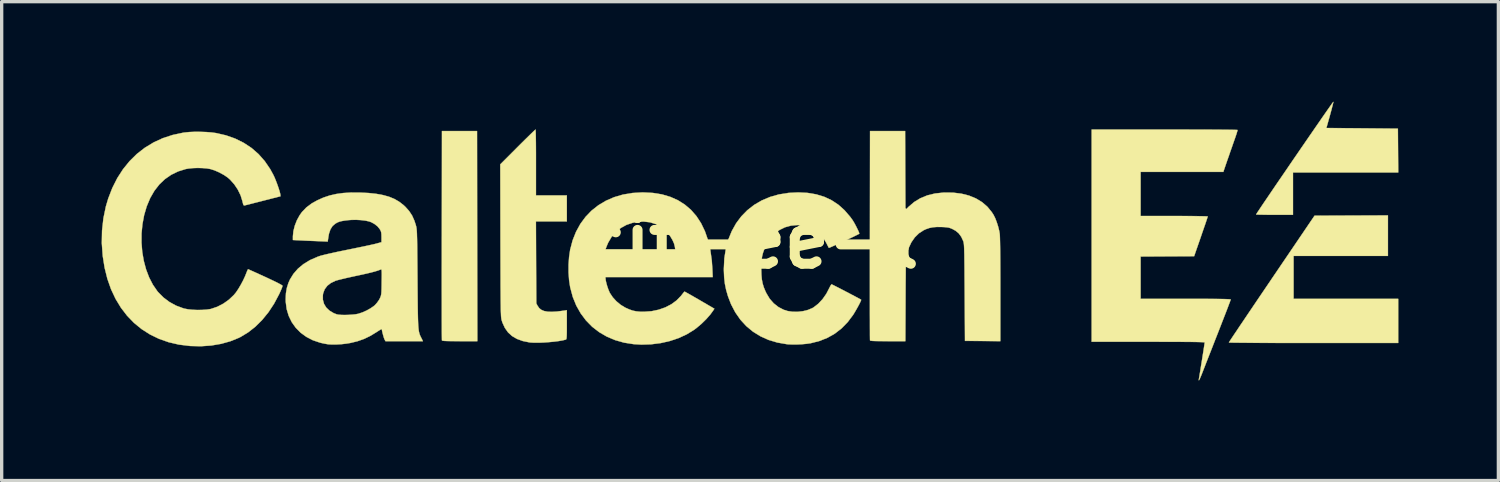
<source format=kicad_pcb>
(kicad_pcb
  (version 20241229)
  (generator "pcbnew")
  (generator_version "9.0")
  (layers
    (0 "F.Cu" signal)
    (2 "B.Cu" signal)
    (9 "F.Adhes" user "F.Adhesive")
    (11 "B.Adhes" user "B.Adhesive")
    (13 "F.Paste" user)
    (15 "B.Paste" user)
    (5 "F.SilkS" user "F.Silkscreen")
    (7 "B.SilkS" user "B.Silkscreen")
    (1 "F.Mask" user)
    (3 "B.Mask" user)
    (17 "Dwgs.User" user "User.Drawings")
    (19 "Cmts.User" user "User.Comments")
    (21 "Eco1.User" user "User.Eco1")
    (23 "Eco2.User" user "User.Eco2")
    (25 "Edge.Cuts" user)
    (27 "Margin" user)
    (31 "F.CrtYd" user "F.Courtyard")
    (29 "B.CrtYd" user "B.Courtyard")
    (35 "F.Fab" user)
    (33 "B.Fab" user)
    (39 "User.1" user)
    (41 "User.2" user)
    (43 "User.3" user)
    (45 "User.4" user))
  (footprint "cit-ee-l"
    (layer "F.Cu")
    (at 19.455 4.175)
    (property "Reference" "cit-ee-l" (at 0 0 0) (layer "F.SilkS") (effects (font (size 1.524 1.524) (thickness 0.3))))
    (attr through_hole)
    (fp_poly (pts (xy -8.187 -0.141) (xy -8.182 3.012) (xy -8.709 3.012) (xy -8.87 3.011) (xy -8.997 3.01) (xy -9.094 3.008) (xy -9.165 3.005) (xy -9.211 3) (xy -9.237 2.995) (xy -9.244 2.989) (xy -9.245 2.969) (xy -9.246 2.914) (xy -9.247 2.827) (xy -9.248 2.709) (xy -9.248 2.562) (xy -9.249 2.388) (xy -9.249 2.19) (xy -9.249 1.968) (xy -9.249 1.724) (xy -9.25 1.461) (xy -9.25 1.181) (xy -9.25 0.885) (xy -9.249 0.575) (xy -9.249 0.253) (xy -9.249 -0.08) (xy -9.248 -0.163) (xy -9.244 -3.293) (xy -8.191 -3.293) (xy -8.187 -0.141)) (stroke (width 0.01) (type solid)) (fill yes) (layer "F.SilkS"))
    (fp_poly (pts (xy 19.141 0.454) (xy 16.31 0.454) (xy 16.31 1.742) (xy 19.449 1.742) (xy 19.449 3.066) (xy 16.909 3.066) (xy 16.609 3.066) (xy 16.318 3.066) (xy 16.04 3.065) (xy 15.776 3.065) (xy 15.528 3.064) (xy 15.299 3.063) (xy 15.09 3.062) (xy 14.904 3.06) (xy 14.741 3.059) (xy 14.606 3.057) (xy 14.499 3.056) (xy 14.423 3.054) (xy 14.379 3.052) (xy 14.369 3.051) (xy 14.379 3.034) (xy 14.408 2.99) (xy 14.455 2.918) (xy 14.519 2.822) (xy 14.599 2.704) (xy 14.692 2.564) (xy 14.799 2.406) (xy 14.918 2.229) (xy 15.047 2.038) (xy 15.186 1.832) (xy 15.333 1.615) (xy 15.487 1.388) (xy 15.647 1.152) (xy 15.654 1.141) (xy 16.939 -0.753) (xy 19.141 -0.762) (xy 19.141 0.454)) (stroke (width 0.01) (type solid)) (fill yes) (layer "F.SilkS"))
    (fp_poly (pts (xy 17.503 -4.17) (xy 17.5 -4.146) (xy 17.488 -4.093) (xy 17.468 -4.015) (xy 17.443 -3.919) (xy 17.413 -3.81) (xy 17.401 -3.765) (xy 17.294 -3.384) (xy 18.367 -3.375) (xy 19.44 -3.365) (xy 19.445 -2.708) (xy 19.45 -2.05) (xy 16.292 -2.05) (xy 16.292 -0.78) (xy 15.739 -0.78) (xy 15.601 -0.78) (xy 15.476 -0.781) (xy 15.368 -0.783) (xy 15.281 -0.784) (xy 15.22 -0.787) (xy 15.189 -0.789) (xy 15.186 -0.79) (xy 15.196 -0.807) (xy 15.224 -0.852) (xy 15.271 -0.922) (xy 15.332 -1.014) (xy 15.408 -1.127) (xy 15.497 -1.258) (xy 15.597 -1.405) (xy 15.706 -1.566) (xy 15.823 -1.738) (xy 15.947 -1.919) (xy 16.075 -2.106) (xy 16.206 -2.298) (xy 16.339 -2.492) (xy 16.472 -2.686) (xy 16.604 -2.878) (xy 16.732 -3.064) (xy 16.856 -3.244) (xy 16.974 -3.415) (xy 17.084 -3.574) (xy 17.184 -3.719) (xy 17.274 -3.848) (xy 17.351 -3.958) (xy 17.414 -4.048) (xy 17.461 -4.115) (xy 17.492 -4.156) (xy 17.503 -4.17) (xy 17.503 -4.17)) (stroke (width 0.01) (type solid)) (fill yes) (layer "F.SilkS"))
    (fp_poly (pts (xy -6.434 -3.321) (xy -6.431 -3.27) (xy -6.429 -3.19) (xy -6.427 -3.083) (xy -6.425 -2.953) (xy -6.424 -2.804) (xy -6.423 -2.637) (xy -6.423 -2.458) (xy -6.423 -2.349) (xy -6.423 -1.361) (xy -5.497 -1.361) (xy -5.497 -0.581) (xy -6.424 -0.581) (xy -6.419 0.649) (xy -6.413 1.878) (xy -6.373 1.953) (xy -6.326 2.021) (xy -6.262 2.072) (xy -6.18 2.107) (xy -6.077 2.127) (xy -5.949 2.132) (xy -5.793 2.123) (xy -5.608 2.099) (xy -5.565 2.093) (xy -5.497 2.082) (xy -5.497 2.518) (xy -5.497 2.656) (xy -5.498 2.761) (xy -5.5 2.839) (xy -5.503 2.894) (xy -5.507 2.93) (xy -5.513 2.951) (xy -5.521 2.961) (xy -5.529 2.965) (xy -5.622 2.988) (xy -5.743 3.009) (xy -5.884 3.027) (xy -6.035 3.041) (xy -6.189 3.052) (xy -6.337 3.058) (xy -6.471 3.058) (xy -6.582 3.052) (xy -6.619 3.048) (xy -6.82 3.007) (xy -6.993 2.944) (xy -7.14 2.858) (xy -7.26 2.749) (xy -7.356 2.614) (xy -7.43 2.453) (xy -7.451 2.386) (xy -7.456 2.368) (xy -7.46 2.347) (xy -7.464 2.321) (xy -7.468 2.287) (xy -7.471 2.245) (xy -7.473 2.191) (xy -7.476 2.124) (xy -7.478 2.043) (xy -7.479 1.945) (xy -7.481 1.827) (xy -7.482 1.689) (xy -7.483 1.529) (xy -7.485 1.343) (xy -7.485 1.131) (xy -7.486 0.891) (xy -7.487 0.62) (xy -7.488 0.316) (xy -7.489 -0.008) (xy -7.494 -2.294) (xy -6.972 -2.816) (xy -6.859 -2.929) (xy -6.753 -3.034) (xy -6.658 -3.127) (xy -6.576 -3.207) (xy -6.511 -3.27) (xy -6.464 -3.314) (xy -6.44 -3.336) (xy -6.436 -3.338) (xy -6.434 -3.321)) (stroke (width 0.01) (type solid)) (fill yes) (layer "F.SilkS"))
    (fp_poly (pts (xy 4.658 -2.109) (xy 4.663 -0.925) (xy 4.761 -1.023) (xy 4.928 -1.165) (xy 5.115 -1.279) (xy 5.322 -1.363) (xy 5.551 -1.419) (xy 5.802 -1.446) (xy 5.829 -1.447) (xy 6.098 -1.444) (xy 6.346 -1.413) (xy 6.574 -1.355) (xy 6.78 -1.27) (xy 6.963 -1.159) (xy 7.122 -1.022) (xy 7.255 -0.859) (xy 7.311 -0.771) (xy 7.358 -0.676) (xy 7.403 -0.558) (xy 7.444 -0.43) (xy 7.476 -0.302) (xy 7.492 -0.212) (xy 7.496 -0.164) (xy 7.499 -0.08) (xy 7.502 0.038) (xy 7.505 0.189) (xy 7.507 0.374) (xy 7.509 0.59) (xy 7.51 0.838) (xy 7.511 1.115) (xy 7.511 1.422) (xy 7.511 1.471) (xy 7.511 3.012) (xy 6.98 3.007) (xy 6.45 3.003) (xy 6.441 1.551) (xy 6.439 1.286) (xy 6.437 1.056) (xy 6.436 0.856) (xy 6.434 0.685) (xy 6.432 0.541) (xy 6.431 0.42) (xy 6.428 0.321) (xy 6.426 0.241) (xy 6.423 0.177) (xy 6.42 0.127) (xy 6.416 0.088) (xy 6.411 0.058) (xy 6.406 0.035) (xy 6.401 0.016) (xy 6.398 0.009) (xy 6.338 -0.121) (xy 6.263 -0.223) (xy 6.168 -0.302) (xy 6.069 -0.356) (xy 6.014 -0.379) (xy 5.963 -0.395) (xy 5.903 -0.404) (xy 5.826 -0.411) (xy 5.751 -0.414) (xy 5.606 -0.415) (xy 5.486 -0.406) (xy 5.381 -0.384) (xy 5.28 -0.349) (xy 5.208 -0.316) (xy 5.068 -0.225) (xy 4.945 -0.104) (xy 4.841 0.045) (xy 4.758 0.222) (xy 4.713 0.357) (xy 4.705 0.385) (xy 4.698 0.413) (xy 4.693 0.443) (xy 4.688 0.478) (xy 4.684 0.522) (xy 4.68 0.576) (xy 4.677 0.643) (xy 4.675 0.727) (xy 4.673 0.83) (xy 4.672 0.954) (xy 4.671 1.104) (xy 4.669 1.281) (xy 4.668 1.489) (xy 4.667 1.729) (xy 4.667 1.755) (xy 4.661 3.012) (xy 4.135 3.012) (xy 3.975 3.011) (xy 3.847 3.01) (xy 3.75 3.008) (xy 3.68 3.005) (xy 3.634 3) (xy 3.608 2.995) (xy 3.601 2.989) (xy 3.6 2.969) (xy 3.599 2.914) (xy 3.598 2.827) (xy 3.598 2.709) (xy 3.597 2.562) (xy 3.597 2.388) (xy 3.596 2.19) (xy 3.596 1.968) (xy 3.596 1.724) (xy 3.596 1.461) (xy 3.596 1.181) (xy 3.596 0.885) (xy 3.596 0.575) (xy 3.596 0.253) (xy 3.597 -0.08) (xy 3.597 -0.163) (xy 3.601 -3.293) (xy 4.654 -3.293) (xy 4.658 -2.109)) (stroke (width 0.01) (type solid)) (fill yes) (layer "F.SilkS"))
    (fp_poly (pts (xy 12.714 -3.338) (xy 12.983 -3.338) (xy 13.239 -3.337) (xy 13.48 -3.337) (xy 13.705 -3.336) (xy 13.91 -3.335) (xy 14.094 -3.334) (xy 14.255 -3.332) (xy 14.39 -3.331) (xy 14.497 -3.329) (xy 14.573 -3.328) (xy 14.618 -3.326) (xy 14.628 -3.325) (xy 14.625 -3.304) (xy 14.611 -3.255) (xy 14.589 -3.184) (xy 14.56 -3.099) (xy 14.542 -3.048) (xy 14.505 -2.943) (xy 14.461 -2.816) (xy 14.412 -2.677) (xy 14.364 -2.537) (xy 14.325 -2.427) (xy 14.202 -2.068) (xy 11.72 -2.068) (xy 11.72 -0.744) (xy 12.727 -0.744) (xy 12.915 -0.744) (xy 13.091 -0.743) (xy 13.252 -0.742) (xy 13.396 -0.74) (xy 13.518 -0.738) (xy 13.616 -0.736) (xy 13.687 -0.734) (xy 13.726 -0.731) (xy 13.734 -0.73) (xy 13.728 -0.709) (xy 13.712 -0.659) (xy 13.688 -0.586) (xy 13.657 -0.494) (xy 13.62 -0.388) (xy 13.605 -0.344) (xy 13.561 -0.217) (xy 13.516 -0.085) (xy 13.472 0.042) (xy 13.433 0.154) (xy 13.402 0.242) (xy 13.401 0.245) (xy 13.326 0.463) (xy 12.523 0.467) (xy 11.72 0.472) (xy 11.72 1.742) (xy 13.072 1.742) (xy 13.344 1.742) (xy 13.582 1.742) (xy 13.786 1.743) (xy 13.959 1.744) (xy 14.102 1.746) (xy 14.217 1.748) (xy 14.304 1.751) (xy 14.367 1.754) (xy 14.406 1.757) (xy 14.423 1.761) (xy 14.424 1.762) (xy 14.417 1.783) (xy 14.399 1.833) (xy 14.369 1.912) (xy 14.33 2.015) (xy 14.282 2.141) (xy 14.226 2.284) (xy 14.164 2.444) (xy 14.097 2.616) (xy 14.032 2.783) (xy 13.958 2.97) (xy 13.887 3.153) (xy 13.819 3.327) (xy 13.755 3.488) (xy 13.698 3.634) (xy 13.649 3.76) (xy 13.609 3.862) (xy 13.58 3.937) (xy 13.566 3.973) (xy 13.527 4.07) (xy 13.497 4.139) (xy 13.476 4.179) (xy 13.466 4.188) (xy 13.466 4.164) (xy 13.469 4.146) (xy 13.475 4.111) (xy 13.486 4.048) (xy 13.5 3.962) (xy 13.517 3.858) (xy 13.535 3.743) (xy 13.555 3.622) (xy 13.574 3.499) (xy 13.593 3.381) (xy 13.61 3.273) (xy 13.624 3.18) (xy 13.635 3.108) (xy 13.642 3.062) (xy 13.643 3.048) (xy 13.627 3.045) (xy 13.577 3.042) (xy 13.493 3.039) (xy 13.375 3.036) (xy 13.223 3.034) (xy 13.037 3.033) (xy 12.815 3.031) (xy 12.558 3.031) (xy 12.265 3.03) (xy 11.947 3.03) (xy 10.251 3.03) (xy 10.251 -3.338) (xy 12.436 -3.338) (xy 12.714 -3.338)) (stroke (width 0.01) (type solid)) (fill yes) (layer "F.SilkS"))
    (fp_poly (pts (xy -2.916 -1.436) (xy -2.643 -1.392) (xy -2.392 -1.318) (xy -2.163 -1.216) (xy -1.956 -1.085) (xy -1.771 -0.927) (xy -1.608 -0.74) (xy -1.469 -0.527) (xy -1.353 -0.286) (xy -1.26 -0.018) (xy -1.191 0.275) (xy -1.147 0.595) (xy -1.131 0.83) (xy -1.119 1.089) (xy -4.336 1.089) (xy -4.336 1.131) (xy -4.329 1.192) (xy -4.31 1.275) (xy -4.283 1.369) (xy -4.251 1.461) (xy -4.217 1.542) (xy -4.205 1.566) (xy -4.121 1.693) (xy -4.011 1.814) (xy -3.882 1.921) (xy -3.745 2.005) (xy -3.737 2.008) (xy -3.621 2.06) (xy -3.517 2.096) (xy -3.413 2.117) (xy -3.297 2.128) (xy -3.175 2.129) (xy -2.953 2.113) (xy -2.74 2.068) (xy -2.541 1.998) (xy -2.36 1.904) (xy -2.202 1.788) (xy -2.07 1.652) (xy -2.043 1.617) (xy -2.006 1.569) (xy -1.977 1.535) (xy -1.964 1.524) (xy -1.946 1.533) (xy -1.901 1.558) (xy -1.833 1.596) (xy -1.745 1.646) (xy -1.643 1.705) (xy -1.529 1.77) (xy -1.511 1.781) (xy -1.07 2.038) (xy -1.1 2.085) (xy -1.195 2.216) (xy -1.316 2.353) (xy -1.454 2.488) (xy -1.6 2.612) (xy -1.678 2.671) (xy -1.898 2.806) (xy -2.142 2.919) (xy -2.405 3.007) (xy -2.682 3.07) (xy -2.968 3.106) (xy -3.259 3.115) (xy -3.493 3.101) (xy -3.781 3.056) (xy -4.051 2.979) (xy -4.301 2.873) (xy -4.53 2.739) (xy -4.738 2.578) (xy -4.921 2.391) (xy -5.08 2.179) (xy -5.213 1.944) (xy -5.318 1.686) (xy -5.393 1.407) (xy -5.397 1.39) (xy -5.429 1.18) (xy -5.445 0.951) (xy -5.445 0.716) (xy -5.429 0.486) (xy -5.398 0.275) (xy -5.396 0.267) (xy -5.393 0.254) (xy -4.336 0.254) (xy -2.245 0.254) (xy -2.255 0.179) (xy -2.28 0.081) (xy -2.329 -0.028) (xy -2.396 -0.14) (xy -2.476 -0.244) (xy -2.52 -0.292) (xy -2.665 -0.412) (xy -2.825 -0.5) (xy -3.001 -0.555) (xy -3.19 -0.577) (xy -3.312 -0.574) (xy -3.518 -0.541) (xy -3.707 -0.478) (xy -3.878 -0.384) (xy -4.028 -0.263) (xy -4.155 -0.116) (xy -4.256 0.055) (xy -4.298 0.154) (xy -4.336 0.254) (xy -5.393 0.254) (xy -5.323 -0.013) (xy -5.22 -0.271) (xy -5.091 -0.506) (xy -4.935 -0.718) (xy -4.755 -0.905) (xy -4.551 -1.066) (xy -4.325 -1.201) (xy -4.079 -1.308) (xy -3.813 -1.386) (xy -3.529 -1.434) (xy -3.227 -1.451) (xy -3.209 -1.451) (xy -2.916 -1.436)) (stroke (width 0.01) (type solid)) (fill yes) (layer "F.SilkS"))
    (fp_poly (pts (xy 1.726 -1.437) (xy 1.987 -1.393) (xy 2.227 -1.32) (xy 2.448 -1.216) (xy 2.651 -1.082) (xy 2.836 -0.916) (xy 3.006 -0.719) (xy 3.082 -0.613) (xy 3.114 -0.561) (xy 3.151 -0.495) (xy 3.189 -0.422) (xy 3.225 -0.349) (xy 3.255 -0.285) (xy 3.274 -0.237) (xy 3.279 -0.213) (xy 3.279 -0.213) (xy 3.263 -0.203) (xy 3.218 -0.18) (xy 3.151 -0.147) (xy 3.067 -0.106) (xy 2.97 -0.06) (xy 2.866 -0.011) (xy 2.759 0.038) (xy 2.656 0.086) (xy 2.561 0.129) (xy 2.48 0.165) (xy 2.416 0.193) (xy 2.377 0.209) (xy 2.365 0.212) (xy 2.356 0.195) (xy 2.334 0.153) (xy 2.303 0.093) (xy 2.286 0.059) (xy 2.186 -0.103) (xy 2.064 -0.237) (xy 1.92 -0.342) (xy 1.758 -0.417) (xy 1.58 -0.461) (xy 1.424 -0.472) (xy 1.229 -0.455) (xy 1.047 -0.405) (xy 0.881 -0.323) (xy 0.733 -0.211) (xy 0.605 -0.071) (xy 0.5 0.097) (xy 0.484 0.13) (xy 0.429 0.252) (xy 0.389 0.362) (xy 0.362 0.471) (xy 0.346 0.588) (xy 0.338 0.723) (xy 0.337 0.853) (xy 0.342 1.017) (xy 0.354 1.155) (xy 0.377 1.277) (xy 0.412 1.393) (xy 0.462 1.514) (xy 0.491 1.574) (xy 0.589 1.738) (xy 0.711 1.877) (xy 0.852 1.988) (xy 1.01 2.07) (xy 1.125 2.107) (xy 1.272 2.129) (xy 1.431 2.131) (xy 1.591 2.112) (xy 1.741 2.074) (xy 1.872 2.019) (xy 1.909 1.997) (xy 2.048 1.889) (xy 2.177 1.751) (xy 2.291 1.588) (xy 2.384 1.408) (xy 2.411 1.355) (xy 2.434 1.318) (xy 2.448 1.306) (xy 2.466 1.314) (xy 2.512 1.337) (xy 2.579 1.371) (xy 2.664 1.414) (xy 2.76 1.464) (xy 2.862 1.517) (xy 2.966 1.571) (xy 3.066 1.624) (xy 3.157 1.672) (xy 3.235 1.713) (xy 3.294 1.745) (xy 3.328 1.765) (xy 3.335 1.769) (xy 3.331 1.788) (xy 3.312 1.832) (xy 3.282 1.893) (xy 3.243 1.967) (xy 3.199 2.046) (xy 3.154 2.123) (xy 3.112 2.194) (xy 3.092 2.225) (xy 2.928 2.443) (xy 2.746 2.629) (xy 2.545 2.785) (xy 2.323 2.911) (xy 2.081 3.007) (xy 1.818 3.074) (xy 1.816 3.074) (xy 1.697 3.091) (xy 1.556 3.104) (xy 1.408 3.111) (xy 1.264 3.111) (xy 1.139 3.106) (xy 1.103 3.102) (xy 0.819 3.053) (xy 0.555 2.974) (xy 0.311 2.864) (xy 0.088 2.726) (xy -0.112 2.56) (xy -0.289 2.367) (xy -0.442 2.147) (xy -0.57 1.902) (xy -0.661 1.665) (xy -0.716 1.475) (xy -0.754 1.291) (xy -0.776 1.099) (xy -0.785 0.888) (xy -0.785 0.835) (xy -0.77 0.524) (xy -0.724 0.231) (xy -0.649 -0.042) (xy -0.546 -0.294) (xy -0.416 -0.526) (xy -0.26 -0.734) (xy -0.08 -0.918) (xy 0.124 -1.077) (xy 0.35 -1.209) (xy 0.597 -1.314) (xy 0.864 -1.39) (xy 1.15 -1.436) (xy 1.445 -1.451) (xy 1.726 -1.437)) (stroke (width 0.01) (type solid)) (fill yes) (layer "F.SilkS"))
    (fp_poly (pts (xy -16.488 -3.269) (xy -16.315 -3.263) (xy -16.153 -3.25) (xy -16.02 -3.232) (xy -15.722 -3.163) (xy -15.445 -3.065) (xy -15.19 -2.938) (xy -14.957 -2.784) (xy -14.747 -2.601) (xy -14.561 -2.39) (xy -14.399 -2.153) (xy -14.305 -1.981) (xy -14.266 -1.899) (xy -14.226 -1.801) (xy -14.186 -1.695) (xy -14.15 -1.592) (xy -14.12 -1.498) (xy -14.1 -1.423) (xy -14.093 -1.387) (xy -14.088 -1.336) (xy -14.596 -1.206) (xy -14.728 -1.172) (xy -14.851 -1.141) (xy -14.96 -1.113) (xy -15.049 -1.09) (xy -15.114 -1.074) (xy -15.149 -1.065) (xy -15.152 -1.064) (xy -15.177 -1.06) (xy -15.193 -1.066) (xy -15.206 -1.09) (xy -15.219 -1.137) (xy -15.231 -1.189) (xy -15.285 -1.363) (xy -15.369 -1.535) (xy -15.476 -1.695) (xy -15.6 -1.834) (xy -15.671 -1.897) (xy -15.787 -1.976) (xy -15.924 -2.051) (xy -16.066 -2.113) (xy -16.192 -2.153) (xy -16.3 -2.172) (xy -16.431 -2.182) (xy -16.574 -2.186) (xy -16.717 -2.181) (xy -16.847 -2.168) (xy -16.932 -2.153) (xy -17.16 -2.082) (xy -17.368 -1.981) (xy -17.557 -1.85) (xy -17.725 -1.69) (xy -17.872 -1.501) (xy -17.998 -1.283) (xy -18.101 -1.038) (xy -18.103 -1.033) (xy -18.18 -0.771) (xy -18.231 -0.498) (xy -18.258 -0.22) (xy -18.259 0.058) (xy -18.237 0.334) (xy -18.191 0.602) (xy -18.122 0.859) (xy -18.031 1.099) (xy -17.918 1.318) (xy -17.784 1.512) (xy -17.761 1.54) (xy -17.604 1.699) (xy -17.422 1.836) (xy -17.221 1.946) (xy -17.005 2.026) (xy -16.973 2.035) (xy -16.863 2.056) (xy -16.73 2.07) (xy -16.585 2.076) (xy -16.439 2.074) (xy -16.304 2.065) (xy -16.19 2.048) (xy -16.174 2.044) (xy -15.985 1.98) (xy -15.802 1.885) (xy -15.633 1.764) (xy -15.485 1.623) (xy -15.424 1.549) (xy -15.355 1.447) (xy -15.281 1.322) (xy -15.21 1.189) (xy -15.149 1.058) (xy -15.113 0.966) (xy -15.09 0.909) (xy -15.072 0.868) (xy -15.061 0.853) (xy -15.042 0.861) (xy -14.995 0.882) (xy -14.922 0.914) (xy -14.829 0.956) (xy -14.72 1.006) (xy -14.598 1.062) (xy -14.541 1.087) (xy -14.393 1.157) (xy -14.266 1.217) (xy -14.164 1.268) (xy -14.089 1.308) (xy -14.043 1.335) (xy -14.028 1.349) (xy -14.033 1.375) (xy -14.052 1.427) (xy -14.082 1.497) (xy -14.119 1.58) (xy -14.133 1.609) (xy -14.283 1.89) (xy -14.452 2.146) (xy -14.639 2.375) (xy -14.841 2.576) (xy -15.057 2.746) (xy -15.284 2.884) (xy -15.34 2.912) (xy -15.595 3.015) (xy -15.871 3.092) (xy -16.165 3.142) (xy -16.471 3.164) (xy -16.786 3.157) (xy -16.81 3.155) (xy -17.136 3.115) (xy -17.445 3.043) (xy -17.735 2.941) (xy -18.005 2.81) (xy -18.256 2.65) (xy -18.485 2.462) (xy -18.692 2.248) (xy -18.876 2.008) (xy -19.037 1.743) (xy -19.173 1.454) (xy -19.283 1.142) (xy -19.366 0.808) (xy -19.422 0.457) (xy -19.45 0.073) (xy -19.443 -0.305) (xy -19.402 -0.675) (xy -19.327 -1.035) (xy -19.257 -1.27) (xy -19.134 -1.587) (xy -18.986 -1.88) (xy -18.813 -2.148) (xy -18.617 -2.39) (xy -18.399 -2.605) (xy -18.159 -2.792) (xy -17.899 -2.95) (xy -17.62 -3.079) (xy -17.322 -3.176) (xy -17.008 -3.243) (xy -16.964 -3.249) (xy -16.825 -3.263) (xy -16.662 -3.27) (xy -16.488 -3.269)) (stroke (width 0.01) (type solid)) (fill yes) (layer "F.SilkS"))
    (fp_poly (pts (xy -11.717 -1.446) (xy -11.711 -1.446) (xy -11.448 -1.434) (xy -11.217 -1.409) (xy -11.013 -1.372) (xy -10.833 -1.322) (xy -10.674 -1.257) (xy -10.532 -1.175) (xy -10.404 -1.077) (xy -10.339 -1.017) (xy -10.228 -0.891) (xy -10.14 -0.758) (xy -10.072 -0.606) (xy -10.03 -0.478) (xy -10.023 -0.452) (xy -10.016 -0.426) (xy -10.011 -0.398) (xy -10.006 -0.366) (xy -10.002 -0.326) (xy -9.998 -0.276) (xy -9.995 -0.215) (xy -9.993 -0.138) (xy -9.99 -0.044) (xy -9.988 0.07) (xy -9.986 0.207) (xy -9.985 0.368) (xy -9.983 0.557) (xy -9.981 0.777) (xy -9.979 1.029) (xy -9.978 1.134) (xy -9.976 1.409) (xy -9.974 1.651) (xy -9.972 1.861) (xy -9.97 2.042) (xy -9.967 2.198) (xy -9.964 2.33) (xy -9.96 2.44) (xy -9.956 2.533) (xy -9.95 2.609) (xy -9.943 2.672) (xy -9.935 2.723) (xy -9.925 2.767) (xy -9.914 2.804) (xy -9.901 2.838) (xy -9.885 2.872) (xy -9.868 2.907) (xy -9.86 2.921) (xy -9.815 3.012) (xy -10.939 3.012) (xy -10.968 2.956) (xy -10.984 2.915) (xy -11.003 2.852) (xy -11.023 2.779) (xy -11.039 2.71) (xy -11.048 2.658) (xy -11.049 2.646) (xy -11.063 2.651) (xy -11.1 2.672) (xy -11.155 2.706) (xy -11.197 2.734) (xy -11.39 2.852) (xy -11.578 2.943) (xy -11.775 3.013) (xy -11.988 3.065) (xy -12.115 3.086) (xy -12.255 3.102) (xy -12.397 3.11) (xy -12.53 3.112) (xy -12.643 3.107) (xy -12.673 3.103) (xy -12.754 3.089) (xy -12.845 3.07) (xy -12.9 3.057) (xy -13.117 2.984) (xy -13.312 2.883) (xy -13.484 2.758) (xy -13.631 2.609) (xy -13.751 2.44) (xy -13.842 2.253) (xy -13.903 2.05) (xy -13.931 1.833) (xy -13.933 1.752) (xy -13.928 1.634) (xy -12.818 1.634) (xy -12.817 1.769) (xy -12.783 1.893) (xy -12.717 2.002) (xy -12.62 2.095) (xy -12.495 2.17) (xy -12.401 2.207) (xy -12.343 2.218) (xy -12.259 2.224) (xy -12.157 2.226) (xy -12.047 2.223) (xy -11.938 2.216) (xy -11.839 2.206) (xy -11.76 2.191) (xy -11.748 2.188) (xy -11.626 2.147) (xy -11.501 2.091) (xy -11.384 2.025) (xy -11.287 1.957) (xy -11.248 1.923) (xy -11.189 1.856) (xy -11.135 1.779) (xy -11.107 1.728) (xy -11.091 1.693) (xy -11.079 1.66) (xy -11.07 1.624) (xy -11.063 1.58) (xy -11.059 1.522) (xy -11.056 1.443) (xy -11.054 1.338) (xy -11.053 1.236) (xy -11.051 1.108) (xy -11.05 1.012) (xy -11.051 0.944) (xy -11.053 0.898) (xy -11.057 0.872) (xy -11.064 0.861) (xy -11.073 0.859) (xy -11.08 0.861) (xy -11.14 0.884) (xy -11.207 0.906) (xy -11.286 0.929) (xy -11.382 0.954) (xy -11.499 0.982) (xy -11.642 1.014) (xy -11.815 1.051) (xy -11.825 1.053) (xy -11.962 1.083) (xy -12.093 1.112) (xy -12.21 1.14) (xy -12.31 1.164) (xy -12.386 1.184) (xy -12.433 1.198) (xy -12.437 1.199) (xy -12.577 1.266) (xy -12.685 1.35) (xy -12.762 1.453) (xy -12.808 1.573) (xy -12.818 1.634) (xy -13.928 1.634) (xy -13.925 1.573) (xy -13.898 1.415) (xy -13.851 1.266) (xy -13.806 1.164) (xy -13.7 0.992) (xy -13.564 0.836) (xy -13.398 0.698) (xy -13.204 0.58) (xy -12.983 0.483) (xy -12.901 0.454) (xy -12.847 0.439) (xy -12.763 0.418) (xy -12.653 0.392) (xy -12.522 0.363) (xy -12.377 0.331) (xy -12.221 0.299) (xy -12.06 0.266) (xy -12.055 0.265) (xy -11.894 0.232) (xy -11.739 0.2) (xy -11.593 0.17) (xy -11.463 0.142) (xy -11.353 0.118) (xy -11.268 0.099) (xy -11.214 0.085) (xy -11.212 0.085) (xy -11.058 0.042) (xy -11.058 -0.112) (xy -11.06 -0.192) (xy -11.066 -0.247) (xy -11.078 -0.291) (xy -11.101 -0.335) (xy -11.114 -0.356) (xy -11.177 -0.433) (xy -11.266 -0.503) (xy -11.366 -0.558) (xy -11.43 -0.581) (xy -11.54 -0.605) (xy -11.673 -0.621) (xy -11.816 -0.629) (xy -11.956 -0.627) (xy -12.051 -0.62) (xy -12.166 -0.606) (xy -12.252 -0.591) (xy -12.32 -0.574) (xy -12.378 -0.551) (xy -12.433 -0.52) (xy -12.447 -0.511) (xy -12.529 -0.44) (xy -12.591 -0.341) (xy -12.634 -0.213) (xy -12.65 -0.126) (xy -12.672 0.023) (xy -12.963 0.011) (xy -13.086 0.006) (xy -13.221 0.00046) (xy -13.352 -0.005) (xy -13.464 -0.011) (xy -13.485 -0.012) (xy -13.716 -0.023) (xy -13.716 -0.136) (xy -13.701 -0.289) (xy -13.66 -0.452) (xy -13.597 -0.614) (xy -13.514 -0.766) (xy -13.445 -0.862) (xy -13.313 -1) (xy -13.15 -1.122) (xy -12.981 -1.216) (xy -12.799 -1.297) (xy -12.613 -1.359) (xy -12.418 -1.404) (xy -12.208 -1.433) (xy -11.977 -1.447) (xy -11.717 -1.446)) (stroke (width 0.01) (type solid)) (fill yes) (layer "F.SilkS")))
  (gr_rect
    (start -3 -3)
    (end 41.91 11.368)
    (stroke (width 0.1) (type default))
    (fill no)
    (layer "Edge.Cuts")))
</source>
